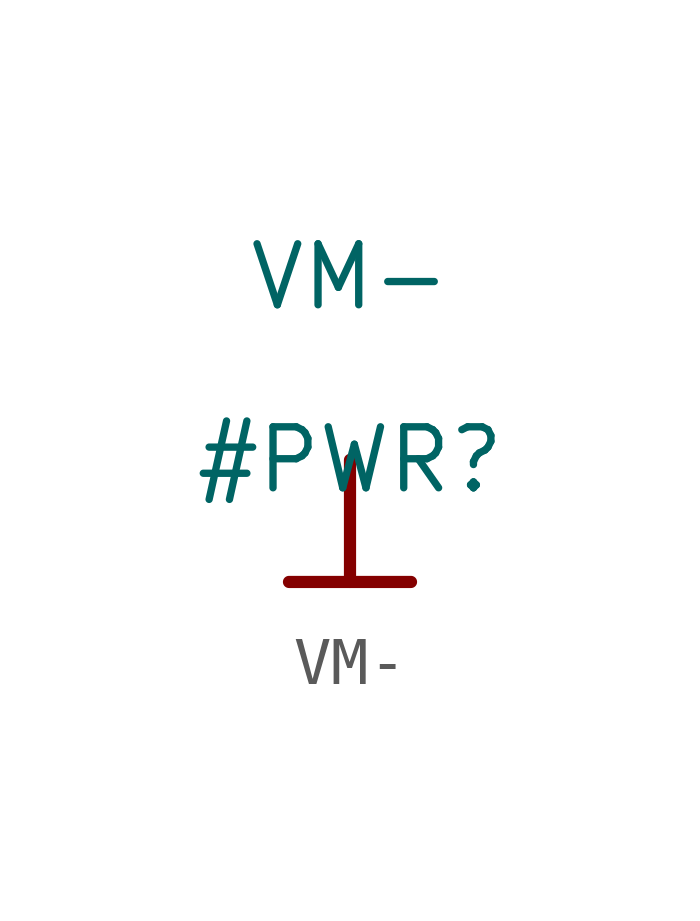
<source format=kicad_sym>
(kicad_symbol_lib
  (version 20211014)
  (generator kicad_symbol_editor)
  (symbol "VM-"
    (power)
    (property "Reference" "#PWR"
      (at 0 0 0)
      (effects (font (size 1.27 1.27))))
    (property "Value" "VM-"
      (at 0 3.81 0)
      (effects (font (size 1.27 1.27))))
    (symbol "VM-_0_0"
      (polyline (pts (xy -1.27 -2.54) (xy 1.27 -2.54)) (stroke (width 0.254) (type default) (color 0 0 0 0)) (fill (type none)))
      (polyline (pts (xy 0 0) (xy 0 -2.54)) (stroke (width 0.254) (type default) (color 0 0 0 0)) (fill (type none)))
      (pin power_in line (at 0 0 0) (length 0) hide (name "VM-" (effects (font (size 1.27 1.27)))) (number "" (effects (font (size 1.27 1.27))))))))
</source>
